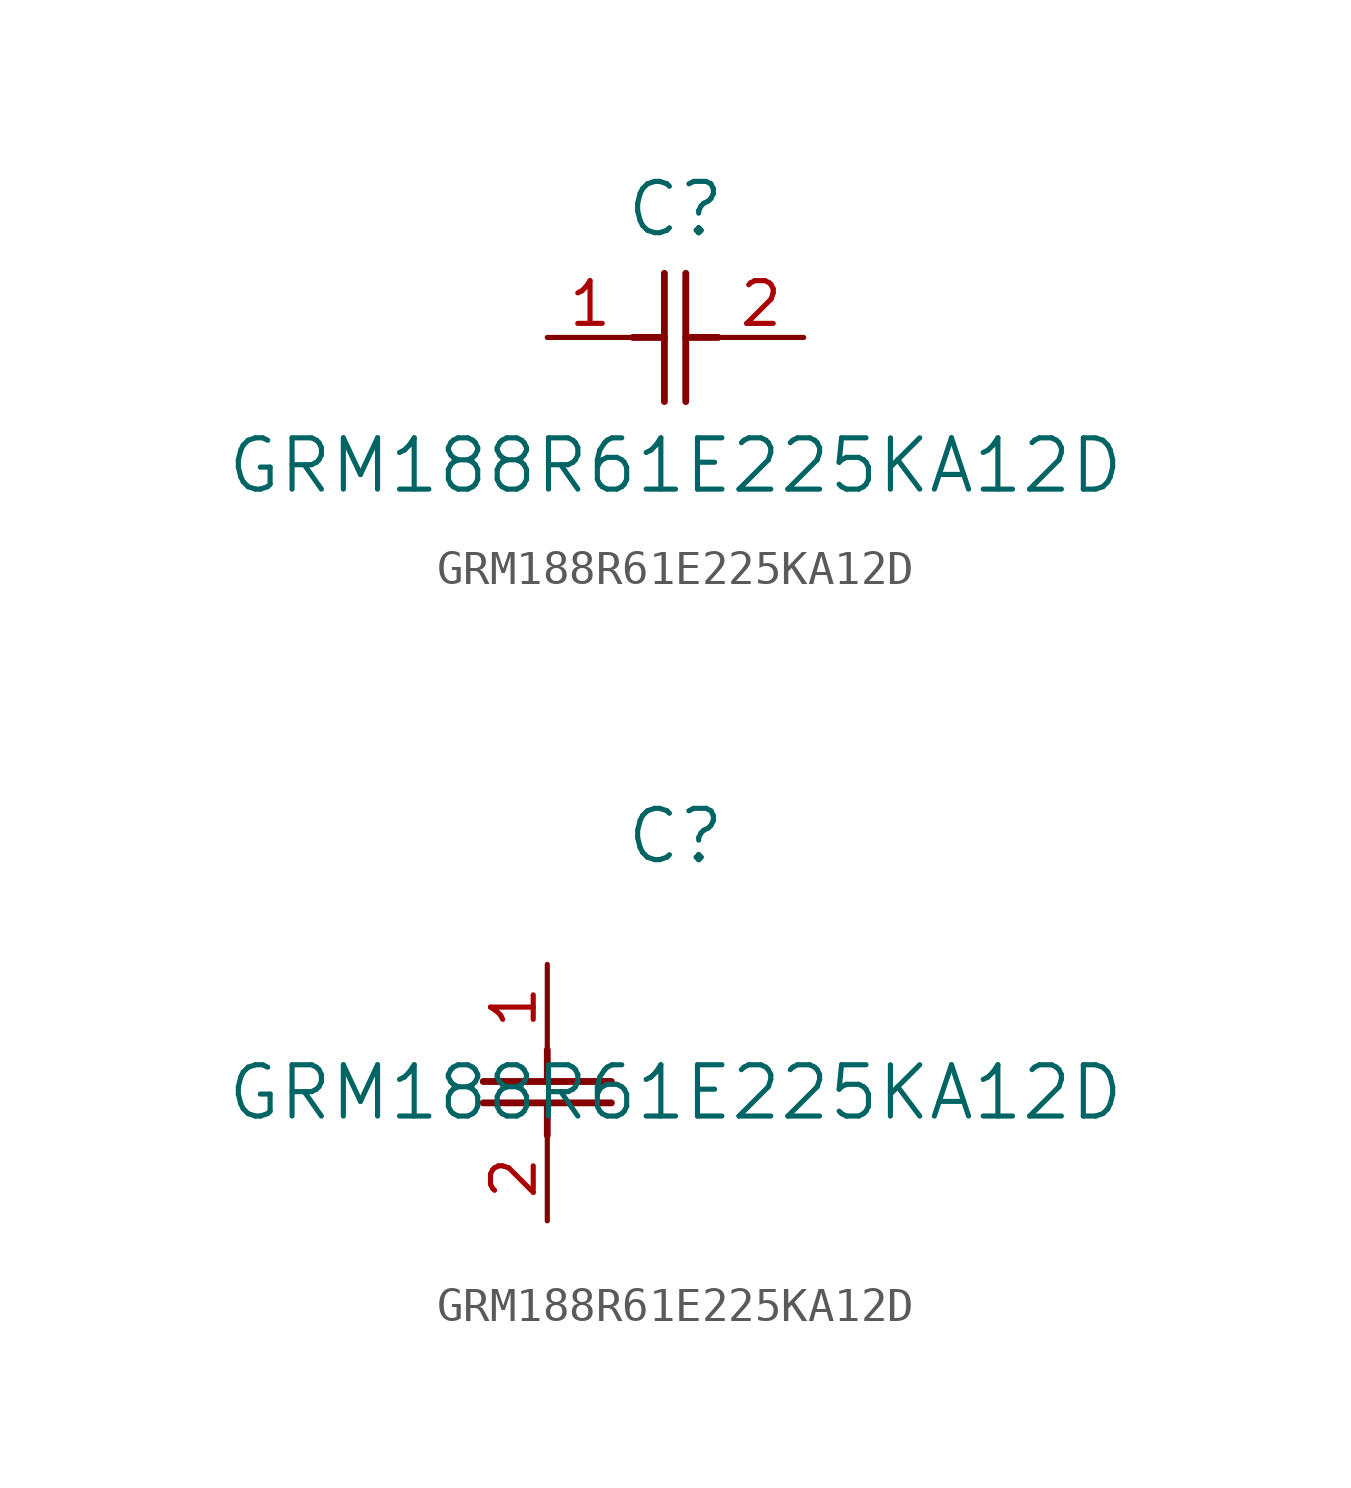
<source format=kicad_sym>
(kicad_symbol_lib
  (version 20211014)
  (generator kicad_symbol_editor)
  (symbol "GRM188R61E225KA12D"
    (pin_names
      (offset 0.254))
    (property "Reference" "C"
      (at 3.81 3.81 0)
      (effects (font (size 1.524 1.524))))
    (property "Value" "GRM188R61E225KA12D"
      (at 3.81 -3.81 0)
      (effects (font (size 1.524 1.524))))
    (symbol "GRM188R61E225KA12D_1_1"
      (polyline (pts (xy 3.48 -1.905) (xy 3.48 1.905)) (stroke (width 0.203) (type default) (color 0 0 0 0)) (fill (type none)))
      (polyline (pts (xy 4.115 -1.905) (xy 4.115 1.905)) (stroke (width 0.203) (type default) (color 0 0 0 0)) (fill (type none)))
      (polyline (pts (xy 4.115 0) (xy 5.08 0)) (stroke (width 0.203) (type default) (color 0 0 0 0)) (fill (type none)))
      (polyline (pts (xy 2.54 0) (xy 3.48 0)) (stroke (width 0.203) (type default) (color 0 0 0 0)) (fill (type none)))
      (pin unspecified line (at 0 0 0) (length 2.54) (name "" (effects (font (size 1.27 1.27)))) (number "1" (effects (font (size 1.27 1.27)))))
      (pin unspecified line (at 7.62 0 180) (length 2.54) (name "" (effects (font (size 1.27 1.27)))) (number "2" (effects (font (size 1.27 1.27))))))
    (symbol "GRM188R61E225KA12D_1_2"
      (polyline (pts (xy -1.905 -3.48) (xy 1.905 -3.48)) (stroke (width 0.203) (type default) (color 0 0 0 0)) (fill (type none)))
      (polyline (pts (xy -1.905 -4.115) (xy 1.905 -4.115)) (stroke (width 0.203) (type default) (color 0 0 0 0)) (fill (type none)))
      (polyline (pts (xy 0 -4.115) (xy 0 -5.08)) (stroke (width 0.203) (type default) (color 0 0 0 0)) (fill (type none)))
      (polyline (pts (xy 0 -2.54) (xy 0 -3.48)) (stroke (width 0.203) (type default) (color 0 0 0 0)) (fill (type none)))
      (pin unspecified line (at 0 0 270) (length 2.54) (name "" (effects (font (size 1.27 1.27)))) (number "1" (effects (font (size 1.27 1.27)))))
      (pin unspecified line (at 0 -7.62 90) (length 2.54) (name "" (effects (font (size 1.27 1.27)))) (number "2" (effects (font (size 1.27 1.27))))))))
</source>
